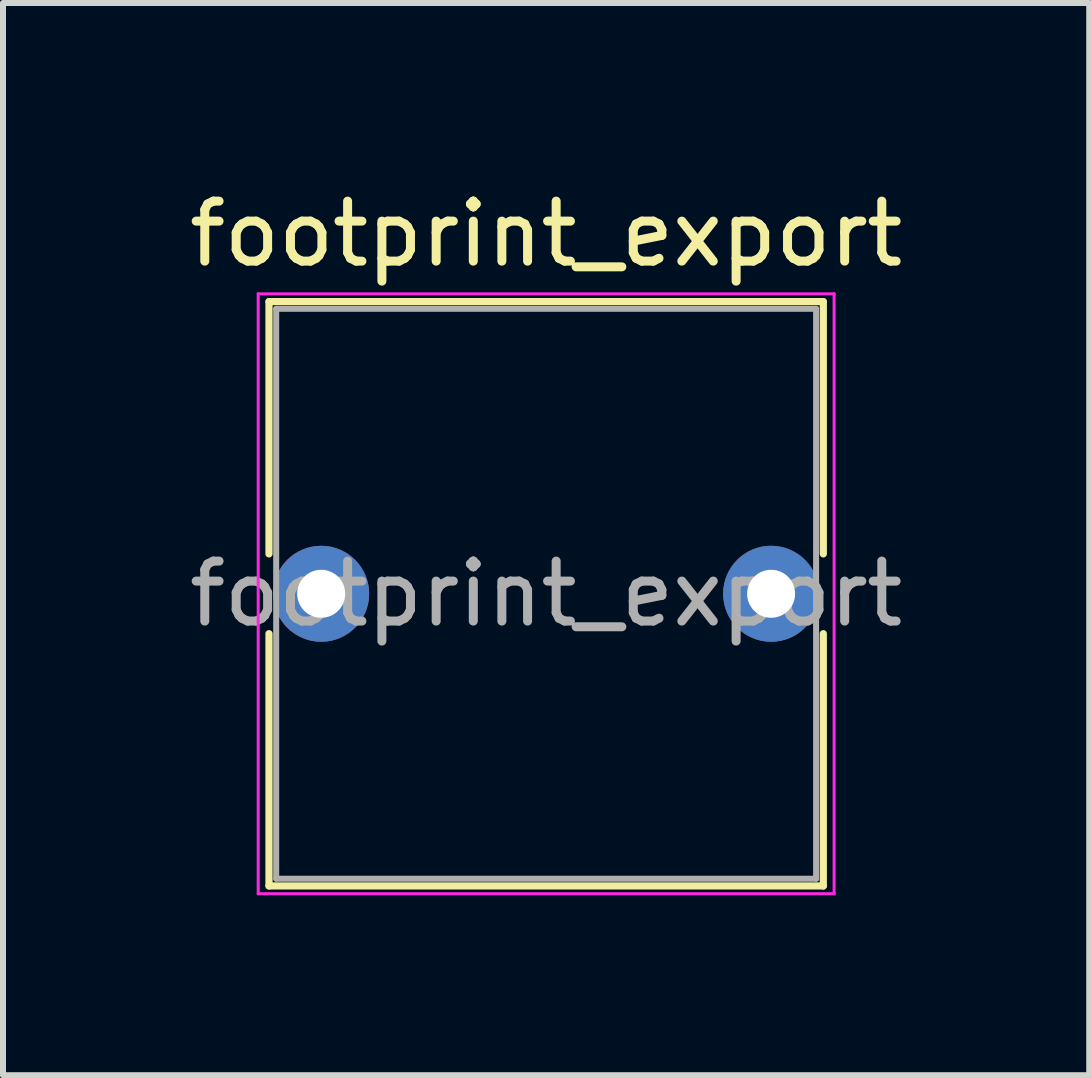
<source format=kicad_pcb>
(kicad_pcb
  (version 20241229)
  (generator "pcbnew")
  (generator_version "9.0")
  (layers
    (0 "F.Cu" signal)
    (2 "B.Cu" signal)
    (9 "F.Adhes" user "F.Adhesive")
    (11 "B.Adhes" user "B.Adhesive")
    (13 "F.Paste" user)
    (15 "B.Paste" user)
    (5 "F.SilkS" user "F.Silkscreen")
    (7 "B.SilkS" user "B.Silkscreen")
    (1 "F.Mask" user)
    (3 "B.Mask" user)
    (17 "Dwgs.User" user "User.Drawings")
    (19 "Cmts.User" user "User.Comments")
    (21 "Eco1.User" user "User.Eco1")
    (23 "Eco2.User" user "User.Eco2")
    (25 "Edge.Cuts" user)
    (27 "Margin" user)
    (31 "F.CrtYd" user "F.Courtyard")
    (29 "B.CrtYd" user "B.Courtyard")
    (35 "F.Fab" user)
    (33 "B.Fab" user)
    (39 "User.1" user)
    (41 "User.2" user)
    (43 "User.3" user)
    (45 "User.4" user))
  (footprint "footprint_export"
    (layer "F.Cu")
    (at 2.304 6.848)
    (property "Reference" "footprint_export" (at 3.75 -6 0) (layer "F.SilkS") (effects (font (size 1 1) (thickness 0.15))))
    (attr through_hole)
    (fp_line (start -0.87 -4.87) (end -0.87 -0.665) (stroke (width 0.12) (type solid)) (layer "F.SilkS"))
    (fp_line (start -0.87 -4.87) (end 8.37 -4.87) (stroke (width 0.12) (type solid)) (layer "F.SilkS"))
    (fp_line (start -0.87 0.665) (end -0.87 4.87) (stroke (width 0.12) (type solid)) (layer "F.SilkS"))
    (fp_line (start -0.87 4.87) (end 8.37 4.87) (stroke (width 0.12) (type solid)) (layer "F.SilkS"))
    (fp_line (start 8.37 -4.87) (end 8.37 -0.665) (stroke (width 0.12) (type solid)) (layer "F.SilkS"))
    (fp_line (start 8.37 0.665) (end 8.37 4.87) (stroke (width 0.12) (type solid)) (layer "F.SilkS"))
    (fp_line (start -1.05 -5) (end -1.05 5) (stroke (width 0.05) (type solid)) (layer "F.CrtYd"))
    (fp_line (start -1.05 5) (end 8.55 5) (stroke (width 0.05) (type solid)) (layer "F.CrtYd"))
    (fp_line (start 8.55 -5) (end -1.05 -5) (stroke (width 0.05) (type solid)) (layer "F.CrtYd"))
    (fp_line (start 8.55 5) (end 8.55 -5) (stroke (width 0.05) (type solid)) (layer "F.CrtYd"))
    (fp_line (start -0.75 -4.75) (end -0.75 4.75) (stroke (width 0.1) (type solid)) (layer "F.Fab"))
    (fp_line (start -0.75 4.75) (end 8.25 4.75) (stroke (width 0.1) (type solid)) (layer "F.Fab"))
    (fp_line (start 8.25 -4.75) (end -0.75 -4.75) (stroke (width 0.1) (type solid)) (layer "F.Fab"))
    (fp_line (start 8.25 4.75) (end 8.25 -4.75) (stroke (width 0.1) (type solid)) (layer "F.Fab"))
    (fp_text user "${REFERENCE}" (at 3.75 0 0) (layer "F.Fab") (effects (font (size 1 1) (thickness 0.15))))
    (pad "1" thru_hole circle (at 0 0) (size 1.6 1.6) (drill 0.8) (layers "*.Cu" "*.Mask"))
    (pad "2" thru_hole circle (at 7.5 0) (size 1.6 1.6) (drill 0.8) (layers "*.Cu" "*.Mask")))
  (gr_rect
    (start -3 -3)
    (end 15.107 14.873)
    (stroke (width 0.1) (type default))
    (fill no)
    (layer "Edge.Cuts")))
</source>
